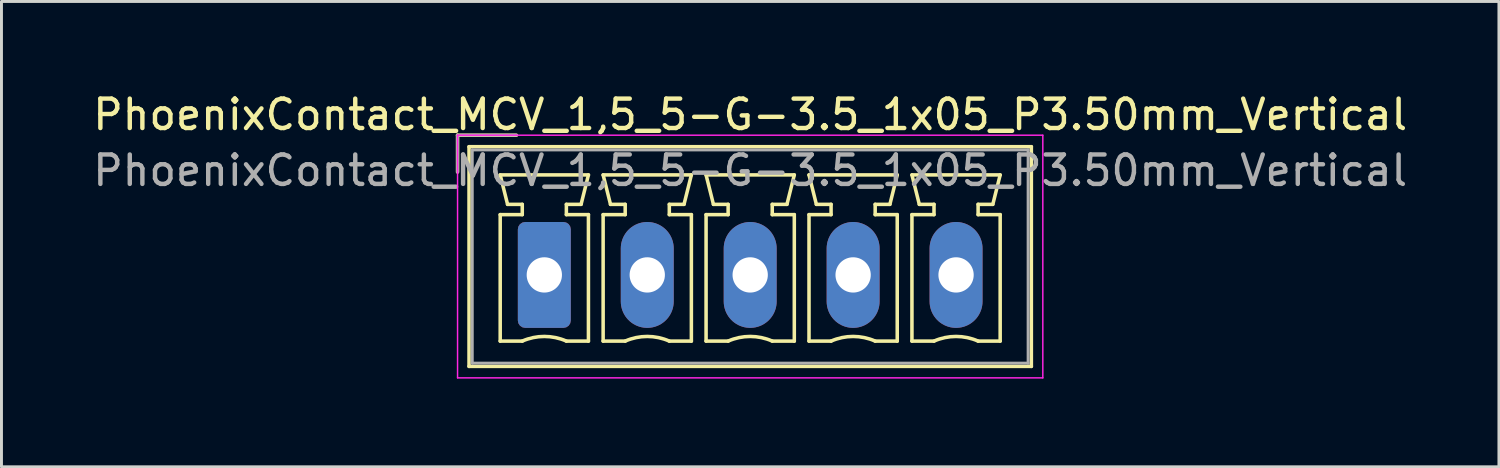
<source format=kicad_pcb>
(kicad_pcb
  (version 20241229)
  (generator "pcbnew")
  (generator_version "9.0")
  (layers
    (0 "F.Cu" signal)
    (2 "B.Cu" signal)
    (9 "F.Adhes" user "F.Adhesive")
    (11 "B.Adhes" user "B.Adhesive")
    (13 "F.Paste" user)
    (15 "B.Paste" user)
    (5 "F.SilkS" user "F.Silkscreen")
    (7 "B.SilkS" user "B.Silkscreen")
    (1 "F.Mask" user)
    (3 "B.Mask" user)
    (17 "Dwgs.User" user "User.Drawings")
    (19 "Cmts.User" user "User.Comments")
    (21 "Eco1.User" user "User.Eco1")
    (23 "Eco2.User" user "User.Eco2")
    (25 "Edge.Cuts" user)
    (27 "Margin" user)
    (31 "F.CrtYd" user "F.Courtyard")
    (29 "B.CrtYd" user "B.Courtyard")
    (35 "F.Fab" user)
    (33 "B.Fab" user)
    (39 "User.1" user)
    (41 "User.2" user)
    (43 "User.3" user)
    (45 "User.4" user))
  (footprint "PhoenixContact_MCV_1,5_5-G-3.5_1x05_P3.50mm_Vertical"
    (layer "F.Cu")
    (at 15.458 6.298)
    (property "Reference" "PhoenixContact_MCV_1,5_5-G-3.5_1x05_P3.50mm_Vertical" (at 7 -5.45 0) (layer "F.SilkS") (effects (font (size 1 1) (thickness 0.15))))
    (attr through_hole)
    (fp_line (start -2.95 -4.75) (end -0.95 -4.75) (stroke (width 0.12) (type solid)) (layer "F.SilkS"))
    (fp_line (start -2.95 -3.5) (end -2.95 -4.75) (stroke (width 0.12) (type solid)) (layer "F.SilkS"))
    (fp_line (start -2.56 -4.36) (end -2.56 3.11) (stroke (width 0.12) (type solid)) (layer "F.SilkS"))
    (fp_line (start -2.56 3.11) (end 16.56 3.11) (stroke (width 0.12) (type solid)) (layer "F.SilkS"))
    (fp_line (start -1.5 -3.4) (end 1.5 -3.4) (stroke (width 0.12) (type solid)) (layer "F.SilkS"))
    (fp_line (start -1.5 -2.05) (end -0.75 -2.05) (stroke (width 0.12) (type solid)) (layer "F.SilkS"))
    (fp_line (start -1.5 2.25) (end -1.5 -2.05) (stroke (width 0.12) (type solid)) (layer "F.SilkS"))
    (fp_line (start -1.25 -2.4) (end -1.5 -3.4) (stroke (width 0.12) (type solid)) (layer "F.SilkS"))
    (fp_line (start -0.75 -2.4) (end -1.25 -2.4) (stroke (width 0.12) (type solid)) (layer "F.SilkS"))
    (fp_line (start -0.75 -2.05) (end -0.75 -2.4) (stroke (width 0.12) (type solid)) (layer "F.SilkS"))
    (fp_line (start -0.75 2.25) (end -1.5 2.25) (stroke (width 0.12) (type solid)) (layer "F.SilkS"))
    (fp_line (start 0.75 -2.4) (end 0.75 -2.05) (stroke (width 0.12) (type solid)) (layer "F.SilkS"))
    (fp_line (start 0.75 -2.05) (end 1.5 -2.05) (stroke (width 0.12) (type solid)) (layer "F.SilkS"))
    (fp_line (start 1.25 -2.4) (end 0.75 -2.4) (stroke (width 0.12) (type solid)) (layer "F.SilkS"))
    (fp_line (start 1.5 -3.4) (end 1.25 -2.4) (stroke (width 0.12) (type solid)) (layer "F.SilkS"))
    (fp_line (start 1.5 -2.05) (end 1.5 2.25) (stroke (width 0.12) (type solid)) (layer "F.SilkS"))
    (fp_line (start 1.5 2.25) (end 0.75 2.25) (stroke (width 0.12) (type solid)) (layer "F.SilkS"))
    (fp_line (start 2 -3.4) (end 5 -3.4) (stroke (width 0.12) (type solid)) (layer "F.SilkS"))
    (fp_line (start 2 -2.05) (end 2.75 -2.05) (stroke (width 0.12) (type solid)) (layer "F.SilkS"))
    (fp_line (start 2 2.25) (end 2 -2.05) (stroke (width 0.12) (type solid)) (layer "F.SilkS"))
    (fp_line (start 2.25 -2.4) (end 2 -3.4) (stroke (width 0.12) (type solid)) (layer "F.SilkS"))
    (fp_line (start 2.75 -2.4) (end 2.25 -2.4) (stroke (width 0.12) (type solid)) (layer "F.SilkS"))
    (fp_line (start 2.75 -2.05) (end 2.75 -2.4) (stroke (width 0.12) (type solid)) (layer "F.SilkS"))
    (fp_line (start 2.75 2.25) (end 2 2.25) (stroke (width 0.12) (type solid)) (layer "F.SilkS"))
    (fp_line (start 4.25 -2.4) (end 4.25 -2.05) (stroke (width 0.12) (type solid)) (layer "F.SilkS"))
    (fp_line (start 4.25 -2.05) (end 5 -2.05) (stroke (width 0.12) (type solid)) (layer "F.SilkS"))
    (fp_line (start 4.75 -2.4) (end 4.25 -2.4) (stroke (width 0.12) (type solid)) (layer "F.SilkS"))
    (fp_line (start 5 -3.4) (end 4.75 -2.4) (stroke (width 0.12) (type solid)) (layer "F.SilkS"))
    (fp_line (start 5 -2.05) (end 5 2.25) (stroke (width 0.12) (type solid)) (layer "F.SilkS"))
    (fp_line (start 5 2.25) (end 4.25 2.25) (stroke (width 0.12) (type solid)) (layer "F.SilkS"))
    (fp_line (start 5.5 -3.4) (end 8.5 -3.4) (stroke (width 0.12) (type solid)) (layer "F.SilkS"))
    (fp_line (start 5.5 -2.05) (end 6.25 -2.05) (stroke (width 0.12) (type solid)) (layer "F.SilkS"))
    (fp_line (start 5.5 2.25) (end 5.5 -2.05) (stroke (width 0.12) (type solid)) (layer "F.SilkS"))
    (fp_line (start 5.75 -2.4) (end 5.5 -3.4) (stroke (width 0.12) (type solid)) (layer "F.SilkS"))
    (fp_line (start 6.25 -2.4) (end 5.75 -2.4) (stroke (width 0.12) (type solid)) (layer "F.SilkS"))
    (fp_line (start 6.25 -2.05) (end 6.25 -2.4) (stroke (width 0.12) (type solid)) (layer "F.SilkS"))
    (fp_line (start 6.25 2.25) (end 5.5 2.25) (stroke (width 0.12) (type solid)) (layer "F.SilkS"))
    (fp_line (start 7.75 -2.4) (end 7.75 -2.05) (stroke (width 0.12) (type solid)) (layer "F.SilkS"))
    (fp_line (start 7.75 -2.05) (end 8.5 -2.05) (stroke (width 0.12) (type solid)) (layer "F.SilkS"))
    (fp_line (start 8.25 -2.4) (end 7.75 -2.4) (stroke (width 0.12) (type solid)) (layer "F.SilkS"))
    (fp_line (start 8.5 -3.4) (end 8.25 -2.4) (stroke (width 0.12) (type solid)) (layer "F.SilkS"))
    (fp_line (start 8.5 -2.05) (end 8.5 2.25) (stroke (width 0.12) (type solid)) (layer "F.SilkS"))
    (fp_line (start 8.5 2.25) (end 7.75 2.25) (stroke (width 0.12) (type solid)) (layer "F.SilkS"))
    (fp_line (start 9 -3.4) (end 12 -3.4) (stroke (width 0.12) (type solid)) (layer "F.SilkS"))
    (fp_line (start 9 -2.05) (end 9.75 -2.05) (stroke (width 0.12) (type solid)) (layer "F.SilkS"))
    (fp_line (start 9 2.25) (end 9 -2.05) (stroke (width 0.12) (type solid)) (layer "F.SilkS"))
    (fp_line (start 9.25 -2.4) (end 9 -3.4) (stroke (width 0.12) (type solid)) (layer "F.SilkS"))
    (fp_line (start 9.75 -2.4) (end 9.25 -2.4) (stroke (width 0.12) (type solid)) (layer "F.SilkS"))
    (fp_line (start 9.75 -2.05) (end 9.75 -2.4) (stroke (width 0.12) (type solid)) (layer "F.SilkS"))
    (fp_line (start 9.75 2.25) (end 9 2.25) (stroke (width 0.12) (type solid)) (layer "F.SilkS"))
    (fp_line (start 11.25 -2.4) (end 11.25 -2.05) (stroke (width 0.12) (type solid)) (layer "F.SilkS"))
    (fp_line (start 11.25 -2.05) (end 12 -2.05) (stroke (width 0.12) (type solid)) (layer "F.SilkS"))
    (fp_line (start 11.75 -2.4) (end 11.25 -2.4) (stroke (width 0.12) (type solid)) (layer "F.SilkS"))
    (fp_line (start 12 -3.4) (end 11.75 -2.4) (stroke (width 0.12) (type solid)) (layer "F.SilkS"))
    (fp_line (start 12 -2.05) (end 12 2.25) (stroke (width 0.12) (type solid)) (layer "F.SilkS"))
    (fp_line (start 12 2.25) (end 11.25 2.25) (stroke (width 0.12) (type solid)) (layer "F.SilkS"))
    (fp_line (start 12.5 -3.4) (end 15.5 -3.4) (stroke (width 0.12) (type solid)) (layer "F.SilkS"))
    (fp_line (start 12.5 -2.05) (end 13.25 -2.05) (stroke (width 0.12) (type solid)) (layer "F.SilkS"))
    (fp_line (start 12.5 2.25) (end 12.5 -2.05) (stroke (width 0.12) (type solid)) (layer "F.SilkS"))
    (fp_line (start 12.75 -2.4) (end 12.5 -3.4) (stroke (width 0.12) (type solid)) (layer "F.SilkS"))
    (fp_line (start 13.25 -2.4) (end 12.75 -2.4) (stroke (width 0.12) (type solid)) (layer "F.SilkS"))
    (fp_line (start 13.25 -2.05) (end 13.25 -2.4) (stroke (width 0.12) (type solid)) (layer "F.SilkS"))
    (fp_line (start 13.25 2.25) (end 12.5 2.25) (stroke (width 0.12) (type solid)) (layer "F.SilkS"))
    (fp_line (start 14.75 -2.4) (end 14.75 -2.05) (stroke (width 0.12) (type solid)) (layer "F.SilkS"))
    (fp_line (start 14.75 -2.05) (end 15.5 -2.05) (stroke (width 0.12) (type solid)) (layer "F.SilkS"))
    (fp_line (start 15.25 -2.4) (end 14.75 -2.4) (stroke (width 0.12) (type solid)) (layer "F.SilkS"))
    (fp_line (start 15.5 -3.4) (end 15.25 -2.4) (stroke (width 0.12) (type solid)) (layer "F.SilkS"))
    (fp_line (start 15.5 -2.05) (end 15.5 2.25) (stroke (width 0.12) (type solid)) (layer "F.SilkS"))
    (fp_line (start 15.5 2.25) (end 14.75 2.25) (stroke (width 0.12) (type solid)) (layer "F.SilkS"))
    (fp_line (start 16.56 -4.36) (end -2.56 -4.36) (stroke (width 0.12) (type solid)) (layer "F.SilkS"))
    (fp_line (start 16.56 3.11) (end 16.56 -4.36) (stroke (width 0.12) (type solid)) (layer "F.SilkS"))
    (fp_arc (start -0.75 2.25) (mid -0.000193 2.09191) (end 0.749647 2.249844) (stroke (width 0.12) (type solid)) (layer "F.SilkS"))
    (fp_arc (start 2.75 2.25) (mid 3.499807 2.09191) (end 4.249647 2.249844) (stroke (width 0.12) (type solid)) (layer "F.SilkS"))
    (fp_arc (start 6.25 2.25) (mid 6.999807 2.09191) (end 7.749647 2.249844) (stroke (width 0.12) (type solid)) (layer "F.SilkS"))
    (fp_arc (start 9.75 2.25) (mid 10.499807 2.09191) (end 11.249647 2.249844) (stroke (width 0.12) (type solid)) (layer "F.SilkS"))
    (fp_arc (start 13.25 2.25) (mid 13.999807 2.09191) (end 14.749647 2.249844) (stroke (width 0.12) (type solid)) (layer "F.SilkS"))
    (fp_line (start -2.95 -4.75) (end -2.95 3.5) (stroke (width 0.05) (type solid)) (layer "F.CrtYd"))
    (fp_line (start -2.95 3.5) (end 16.95 3.5) (stroke (width 0.05) (type solid)) (layer "F.CrtYd"))
    (fp_line (start 16.95 -4.75) (end -2.95 -4.75) (stroke (width 0.05) (type solid)) (layer "F.CrtYd"))
    (fp_line (start 16.95 3.5) (end 16.95 -4.75) (stroke (width 0.05) (type solid)) (layer "F.CrtYd"))
    (fp_line (start -2.95 -4.75) (end -0.95 -4.75) (stroke (width 0.1) (type solid)) (layer "F.Fab"))
    (fp_line (start -2.95 -3.5) (end -2.95 -4.75) (stroke (width 0.1) (type solid)) (layer "F.Fab"))
    (fp_line (start -2.45 -4.25) (end -2.45 3) (stroke (width 0.1) (type solid)) (layer "F.Fab"))
    (fp_line (start -2.45 3) (end 16.45 3) (stroke (width 0.1) (type solid)) (layer "F.Fab"))
    (fp_line (start 16.45 -4.25) (end -2.45 -4.25) (stroke (width 0.1) (type solid)) (layer "F.Fab"))
    (fp_line (start 16.45 3) (end 16.45 -4.25) (stroke (width 0.1) (type solid)) (layer "F.Fab"))
    (fp_text user "${REFERENCE}" (at 7 -3.55 0) (layer "F.Fab") (effects (font (size 1 1) (thickness 0.15))))
    (pad "1" thru_hole roundrect (at 0 0) (size 1.8 3.6) (drill 1.2) (layers "*.Cu" "*.Mask") (roundrect_rratio 0.139))
    (pad "2" thru_hole oval (at 3.5 0) (size 1.8 3.6) (drill 1.2) (layers "*.Cu" "*.Mask"))
    (pad "3" thru_hole oval (at 7 0) (size 1.8 3.6) (drill 1.2) (layers "*.Cu" "*.Mask"))
    (pad "4" thru_hole oval (at 10.5 0) (size 1.8 3.6) (drill 1.2) (layers "*.Cu" "*.Mask"))
    (pad "5" thru_hole oval (at 14 0) (size 1.8 3.6) (drill 1.2) (layers "*.Cu" "*.Mask")))
  (gr_rect
    (start -3 -3)
    (end 47.917 12.823)
    (stroke (width 0.1) (type default))
    (fill no)
    (layer "Edge.Cuts")))
</source>
